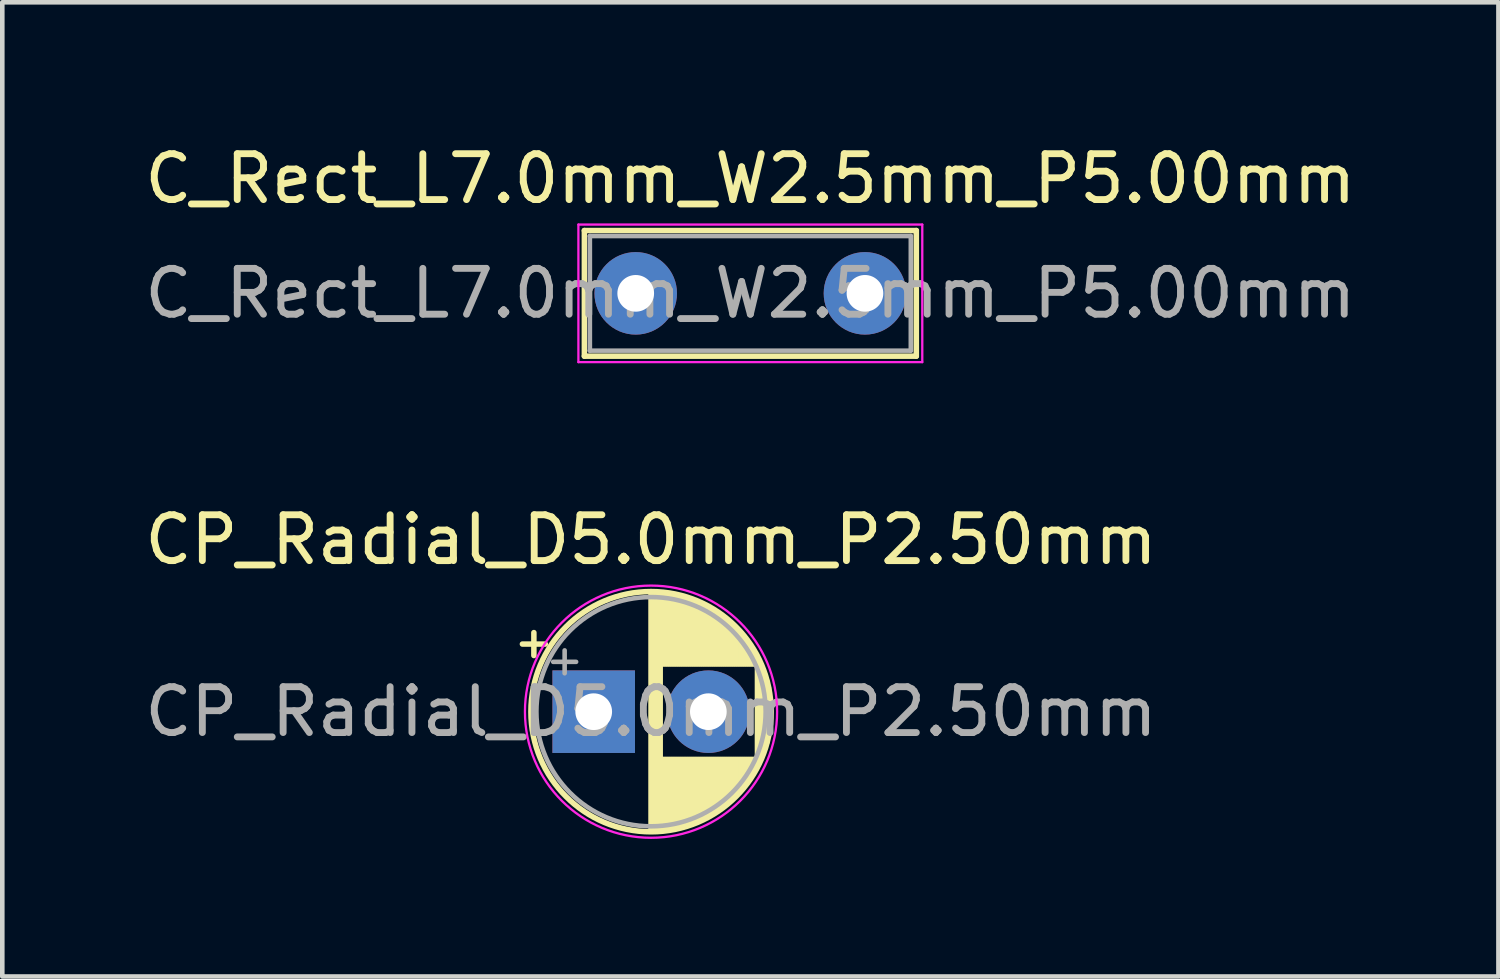
<source format=kicad_pcb>
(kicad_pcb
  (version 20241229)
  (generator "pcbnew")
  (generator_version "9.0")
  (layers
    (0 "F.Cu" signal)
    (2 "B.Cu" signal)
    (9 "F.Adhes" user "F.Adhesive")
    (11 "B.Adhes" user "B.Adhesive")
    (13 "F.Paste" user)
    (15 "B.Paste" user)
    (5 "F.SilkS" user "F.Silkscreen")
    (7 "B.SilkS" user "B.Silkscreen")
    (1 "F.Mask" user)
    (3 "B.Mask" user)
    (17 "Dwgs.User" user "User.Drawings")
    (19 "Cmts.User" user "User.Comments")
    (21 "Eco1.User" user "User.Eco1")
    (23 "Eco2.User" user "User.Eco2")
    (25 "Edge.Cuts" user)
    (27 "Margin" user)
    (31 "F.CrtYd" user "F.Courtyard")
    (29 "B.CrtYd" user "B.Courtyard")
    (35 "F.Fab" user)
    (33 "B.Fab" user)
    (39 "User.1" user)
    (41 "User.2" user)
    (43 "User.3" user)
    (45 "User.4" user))
  (footprint "C_Rect_L7.0mm_W2.5mm_P5.00mm"
    (layer "F.Cu")
    (at 10.815 3.348)
    (property "Reference" "C_Rect_L7.0mm_W2.5mm_P5.00mm" (at 2.5 -2.5 0) (layer "F.SilkS") (effects (font (size 1 1) (thickness 0.15))))
    (attr through_hole)
    (fp_line (start -1.12 -1.37) (end -1.12 1.37) (stroke (width 0.12) (type solid)) (layer "F.SilkS"))
    (fp_line (start -1.12 -1.37) (end 6.12 -1.37) (stroke (width 0.12) (type solid)) (layer "F.SilkS"))
    (fp_line (start -1.12 1.37) (end 6.12 1.37) (stroke (width 0.12) (type solid)) (layer "F.SilkS"))
    (fp_line (start 6.12 -1.37) (end 6.12 1.37) (stroke (width 0.12) (type solid)) (layer "F.SilkS"))
    (fp_line (start -1.25 -1.5) (end -1.25 1.5) (stroke (width 0.05) (type solid)) (layer "F.CrtYd"))
    (fp_line (start -1.25 1.5) (end 6.25 1.5) (stroke (width 0.05) (type solid)) (layer "F.CrtYd"))
    (fp_line (start 6.25 -1.5) (end -1.25 -1.5) (stroke (width 0.05) (type solid)) (layer "F.CrtYd"))
    (fp_line (start 6.25 1.5) (end 6.25 -1.5) (stroke (width 0.05) (type solid)) (layer "F.CrtYd"))
    (fp_line (start -1 -1.25) (end -1 1.25) (stroke (width 0.1) (type solid)) (layer "F.Fab"))
    (fp_line (start -1 1.25) (end 6 1.25) (stroke (width 0.1) (type solid)) (layer "F.Fab"))
    (fp_line (start 6 -1.25) (end -1 -1.25) (stroke (width 0.1) (type solid)) (layer "F.Fab"))
    (fp_line (start 6 1.25) (end 6 -1.25) (stroke (width 0.1) (type solid)) (layer "F.Fab"))
    (fp_text user "${REFERENCE}" (at 2.5 0 0) (layer "F.Fab") (effects (font (size 1 1) (thickness 0.15))))
    (pad "1" thru_hole circle (at 0 0) (size 1.8 1.8) (drill 0.8) (layers "*.Cu" "*.Mask"))
    (pad "2" thru_hole circle (at 5 0) (size 1.8 1.8) (drill 0.8) (layers "*.Cu" "*.Mask")))
  (footprint "CP_Radial_D5.0mm_P2.50mm"
    (layer "F.Cu")
    (at 9.899 12.472)
    (property "Reference" "CP_Radial_D5.0mm_P2.50mm" (at 1.25 -3.75 0) (layer "F.SilkS") (effects (font (size 1 1) (thickness 0.15))))
    (attr through_hole)
    (fp_line (start -1.555 -1.475) (end -1.055 -1.475) (stroke (width 0.12) (type solid)) (layer "F.SilkS"))
    (fp_line (start -1.305 -1.725) (end -1.305 -1.225) (stroke (width 0.12) (type solid)) (layer "F.SilkS"))
    (fp_line (start 1.25 -2.58) (end 1.25 2.58) (stroke (width 0.12) (type solid)) (layer "F.SilkS"))
    (fp_line (start 1.29 -2.58) (end 1.29 2.58) (stroke (width 0.12) (type solid)) (layer "F.SilkS"))
    (fp_line (start 1.33 -2.579) (end 1.33 2.579) (stroke (width 0.12) (type solid)) (layer "F.SilkS"))
    (fp_line (start 1.37 -2.578) (end 1.37 2.578) (stroke (width 0.12) (type solid)) (layer "F.SilkS"))
    (fp_line (start 1.41 -2.576) (end 1.41 2.576) (stroke (width 0.12) (type solid)) (layer "F.SilkS"))
    (fp_line (start 1.45 -2.573) (end 1.45 2.573) (stroke (width 0.12) (type solid)) (layer "F.SilkS"))
    (fp_line (start 1.49 -2.569) (end 1.49 -1.04) (stroke (width 0.12) (type solid)) (layer "F.SilkS"))
    (fp_line (start 1.49 1.04) (end 1.49 2.569) (stroke (width 0.12) (type solid)) (layer "F.SilkS"))
    (fp_line (start 1.53 -2.565) (end 1.53 -1.04) (stroke (width 0.12) (type solid)) (layer "F.SilkS"))
    (fp_line (start 1.53 1.04) (end 1.53 2.565) (stroke (width 0.12) (type solid)) (layer "F.SilkS"))
    (fp_line (start 1.57 -2.561) (end 1.57 -1.04) (stroke (width 0.12) (type solid)) (layer "F.SilkS"))
    (fp_line (start 1.57 1.04) (end 1.57 2.561) (stroke (width 0.12) (type solid)) (layer "F.SilkS"))
    (fp_line (start 1.61 -2.556) (end 1.61 -1.04) (stroke (width 0.12) (type solid)) (layer "F.SilkS"))
    (fp_line (start 1.61 1.04) (end 1.61 2.556) (stroke (width 0.12) (type solid)) (layer "F.SilkS"))
    (fp_line (start 1.65 -2.55) (end 1.65 -1.04) (stroke (width 0.12) (type solid)) (layer "F.SilkS"))
    (fp_line (start 1.65 1.04) (end 1.65 2.55) (stroke (width 0.12) (type solid)) (layer "F.SilkS"))
    (fp_line (start 1.69 -2.543) (end 1.69 -1.04) (stroke (width 0.12) (type solid)) (layer "F.SilkS"))
    (fp_line (start 1.69 1.04) (end 1.69 2.543) (stroke (width 0.12) (type solid)) (layer "F.SilkS"))
    (fp_line (start 1.73 -2.536) (end 1.73 -1.04) (stroke (width 0.12) (type solid)) (layer "F.SilkS"))
    (fp_line (start 1.73 1.04) (end 1.73 2.536) (stroke (width 0.12) (type solid)) (layer "F.SilkS"))
    (fp_line (start 1.77 -2.528) (end 1.77 -1.04) (stroke (width 0.12) (type solid)) (layer "F.SilkS"))
    (fp_line (start 1.77 1.04) (end 1.77 2.528) (stroke (width 0.12) (type solid)) (layer "F.SilkS"))
    (fp_line (start 1.81 -2.52) (end 1.81 -1.04) (stroke (width 0.12) (type solid)) (layer "F.SilkS"))
    (fp_line (start 1.81 1.04) (end 1.81 2.52) (stroke (width 0.12) (type solid)) (layer "F.SilkS"))
    (fp_line (start 1.85 -2.511) (end 1.85 -1.04) (stroke (width 0.12) (type solid)) (layer "F.SilkS"))
    (fp_line (start 1.85 1.04) (end 1.85 2.511) (stroke (width 0.12) (type solid)) (layer "F.SilkS"))
    (fp_line (start 1.89 -2.501) (end 1.89 -1.04) (stroke (width 0.12) (type solid)) (layer "F.SilkS"))
    (fp_line (start 1.89 1.04) (end 1.89 2.501) (stroke (width 0.12) (type solid)) (layer "F.SilkS"))
    (fp_line (start 1.93 -2.491) (end 1.93 -1.04) (stroke (width 0.12) (type solid)) (layer "F.SilkS"))
    (fp_line (start 1.93 1.04) (end 1.93 2.491) (stroke (width 0.12) (type solid)) (layer "F.SilkS"))
    (fp_line (start 1.971 -2.48) (end 1.971 -1.04) (stroke (width 0.12) (type solid)) (layer "F.SilkS"))
    (fp_line (start 1.971 1.04) (end 1.971 2.48) (stroke (width 0.12) (type solid)) (layer "F.SilkS"))
    (fp_line (start 2.011 -2.468) (end 2.011 -1.04) (stroke (width 0.12) (type solid)) (layer "F.SilkS"))
    (fp_line (start 2.011 1.04) (end 2.011 2.468) (stroke (width 0.12) (type solid)) (layer "F.SilkS"))
    (fp_line (start 2.051 -2.455) (end 2.051 -1.04) (stroke (width 0.12) (type solid)) (layer "F.SilkS"))
    (fp_line (start 2.051 1.04) (end 2.051 2.455) (stroke (width 0.12) (type solid)) (layer "F.SilkS"))
    (fp_line (start 2.091 -2.442) (end 2.091 -1.04) (stroke (width 0.12) (type solid)) (layer "F.SilkS"))
    (fp_line (start 2.091 1.04) (end 2.091 2.442) (stroke (width 0.12) (type solid)) (layer "F.SilkS"))
    (fp_line (start 2.131 -2.428) (end 2.131 -1.04) (stroke (width 0.12) (type solid)) (layer "F.SilkS"))
    (fp_line (start 2.131 1.04) (end 2.131 2.428) (stroke (width 0.12) (type solid)) (layer "F.SilkS"))
    (fp_line (start 2.171 -2.414) (end 2.171 -1.04) (stroke (width 0.12) (type solid)) (layer "F.SilkS"))
    (fp_line (start 2.171 1.04) (end 2.171 2.414) (stroke (width 0.12) (type solid)) (layer "F.SilkS"))
    (fp_line (start 2.211 -2.398) (end 2.211 -1.04) (stroke (width 0.12) (type solid)) (layer "F.SilkS"))
    (fp_line (start 2.211 1.04) (end 2.211 2.398) (stroke (width 0.12) (type solid)) (layer "F.SilkS"))
    (fp_line (start 2.251 -2.382) (end 2.251 -1.04) (stroke (width 0.12) (type solid)) (layer "F.SilkS"))
    (fp_line (start 2.251 1.04) (end 2.251 2.382) (stroke (width 0.12) (type solid)) (layer "F.SilkS"))
    (fp_line (start 2.291 -2.365) (end 2.291 -1.04) (stroke (width 0.12) (type solid)) (layer "F.SilkS"))
    (fp_line (start 2.291 1.04) (end 2.291 2.365) (stroke (width 0.12) (type solid)) (layer "F.SilkS"))
    (fp_line (start 2.331 -2.348) (end 2.331 -1.04) (stroke (width 0.12) (type solid)) (layer "F.SilkS"))
    (fp_line (start 2.331 1.04) (end 2.331 2.348) (stroke (width 0.12) (type solid)) (layer "F.SilkS"))
    (fp_line (start 2.371 -2.329) (end 2.371 -1.04) (stroke (width 0.12) (type solid)) (layer "F.SilkS"))
    (fp_line (start 2.371 1.04) (end 2.371 2.329) (stroke (width 0.12) (type solid)) (layer "F.SilkS"))
    (fp_line (start 2.411 -2.31) (end 2.411 -1.04) (stroke (width 0.12) (type solid)) (layer "F.SilkS"))
    (fp_line (start 2.411 1.04) (end 2.411 2.31) (stroke (width 0.12) (type solid)) (layer "F.SilkS"))
    (fp_line (start 2.451 -2.29) (end 2.451 -1.04) (stroke (width 0.12) (type solid)) (layer "F.SilkS"))
    (fp_line (start 2.451 1.04) (end 2.451 2.29) (stroke (width 0.12) (type solid)) (layer "F.SilkS"))
    (fp_line (start 2.491 -2.268) (end 2.491 -1.04) (stroke (width 0.12) (type solid)) (layer "F.SilkS"))
    (fp_line (start 2.491 1.04) (end 2.491 2.268) (stroke (width 0.12) (type solid)) (layer "F.SilkS"))
    (fp_line (start 2.531 -2.247) (end 2.531 -1.04) (stroke (width 0.12) (type solid)) (layer "F.SilkS"))
    (fp_line (start 2.531 1.04) (end 2.531 2.247) (stroke (width 0.12) (type solid)) (layer "F.SilkS"))
    (fp_line (start 2.571 -2.224) (end 2.571 -1.04) (stroke (width 0.12) (type solid)) (layer "F.SilkS"))
    (fp_line (start 2.571 1.04) (end 2.571 2.224) (stroke (width 0.12) (type solid)) (layer "F.SilkS"))
    (fp_line (start 2.611 -2.2) (end 2.611 -1.04) (stroke (width 0.12) (type solid)) (layer "F.SilkS"))
    (fp_line (start 2.611 1.04) (end 2.611 2.2) (stroke (width 0.12) (type solid)) (layer "F.SilkS"))
    (fp_line (start 2.651 -2.175) (end 2.651 -1.04) (stroke (width 0.12) (type solid)) (layer "F.SilkS"))
    (fp_line (start 2.651 1.04) (end 2.651 2.175) (stroke (width 0.12) (type solid)) (layer "F.SilkS"))
    (fp_line (start 2.691 -2.149) (end 2.691 -1.04) (stroke (width 0.12) (type solid)) (layer "F.SilkS"))
    (fp_line (start 2.691 1.04) (end 2.691 2.149) (stroke (width 0.12) (type solid)) (layer "F.SilkS"))
    (fp_line (start 2.731 -2.122) (end 2.731 -1.04) (stroke (width 0.12) (type solid)) (layer "F.SilkS"))
    (fp_line (start 2.731 1.04) (end 2.731 2.122) (stroke (width 0.12) (type solid)) (layer "F.SilkS"))
    (fp_line (start 2.771 -2.095) (end 2.771 -1.04) (stroke (width 0.12) (type solid)) (layer "F.SilkS"))
    (fp_line (start 2.771 1.04) (end 2.771 2.095) (stroke (width 0.12) (type solid)) (layer "F.SilkS"))
    (fp_line (start 2.811 -2.065) (end 2.811 -1.04) (stroke (width 0.12) (type solid)) (layer "F.SilkS"))
    (fp_line (start 2.811 1.04) (end 2.811 2.065) (stroke (width 0.12) (type solid)) (layer "F.SilkS"))
    (fp_line (start 2.851 -2.035) (end 2.851 -1.04) (stroke (width 0.12) (type solid)) (layer "F.SilkS"))
    (fp_line (start 2.851 1.04) (end 2.851 2.035) (stroke (width 0.12) (type solid)) (layer "F.SilkS"))
    (fp_line (start 2.891 -2.004) (end 2.891 -1.04) (stroke (width 0.12) (type solid)) (layer "F.SilkS"))
    (fp_line (start 2.891 1.04) (end 2.891 2.004) (stroke (width 0.12) (type solid)) (layer "F.SilkS"))
    (fp_line (start 2.931 -1.971) (end 2.931 -1.04) (stroke (width 0.12) (type solid)) (layer "F.SilkS"))
    (fp_line (start 2.931 1.04) (end 2.931 1.971) (stroke (width 0.12) (type solid)) (layer "F.SilkS"))
    (fp_line (start 2.971 -1.937) (end 2.971 -1.04) (stroke (width 0.12) (type solid)) (layer "F.SilkS"))
    (fp_line (start 2.971 1.04) (end 2.971 1.937) (stroke (width 0.12) (type solid)) (layer "F.SilkS"))
    (fp_line (start 3.011 -1.901) (end 3.011 -1.04) (stroke (width 0.12) (type solid)) (layer "F.SilkS"))
    (fp_line (start 3.011 1.04) (end 3.011 1.901) (stroke (width 0.12) (type solid)) (layer "F.SilkS"))
    (fp_line (start 3.051 -1.864) (end 3.051 -1.04) (stroke (width 0.12) (type solid)) (layer "F.SilkS"))
    (fp_line (start 3.051 1.04) (end 3.051 1.864) (stroke (width 0.12) (type solid)) (layer "F.SilkS"))
    (fp_line (start 3.091 -1.826) (end 3.091 -1.04) (stroke (width 0.12) (type solid)) (layer "F.SilkS"))
    (fp_line (start 3.091 1.04) (end 3.091 1.826) (stroke (width 0.12) (type solid)) (layer "F.SilkS"))
    (fp_line (start 3.131 -1.785) (end 3.131 -1.04) (stroke (width 0.12) (type solid)) (layer "F.SilkS"))
    (fp_line (start 3.131 1.04) (end 3.131 1.785) (stroke (width 0.12) (type solid)) (layer "F.SilkS"))
    (fp_line (start 3.171 -1.743) (end 3.171 -1.04) (stroke (width 0.12) (type solid)) (layer "F.SilkS"))
    (fp_line (start 3.171 1.04) (end 3.171 1.743) (stroke (width 0.12) (type solid)) (layer "F.SilkS"))
    (fp_line (start 3.211 -1.699) (end 3.211 -1.04) (stroke (width 0.12) (type solid)) (layer "F.SilkS"))
    (fp_line (start 3.211 1.04) (end 3.211 1.699) (stroke (width 0.12) (type solid)) (layer "F.SilkS"))
    (fp_line (start 3.251 -1.653) (end 3.251 -1.04) (stroke (width 0.12) (type solid)) (layer "F.SilkS"))
    (fp_line (start 3.251 1.04) (end 3.251 1.653) (stroke (width 0.12) (type solid)) (layer "F.SilkS"))
    (fp_line (start 3.291 -1.605) (end 3.291 -1.04) (stroke (width 0.12) (type solid)) (layer "F.SilkS"))
    (fp_line (start 3.291 1.04) (end 3.291 1.605) (stroke (width 0.12) (type solid)) (layer "F.SilkS"))
    (fp_line (start 3.331 -1.554) (end 3.331 -1.04) (stroke (width 0.12) (type solid)) (layer "F.SilkS"))
    (fp_line (start 3.331 1.04) (end 3.331 1.554) (stroke (width 0.12) (type solid)) (layer "F.SilkS"))
    (fp_line (start 3.371 -1.5) (end 3.371 -1.04) (stroke (width 0.12) (type solid)) (layer "F.SilkS"))
    (fp_line (start 3.371 1.04) (end 3.371 1.5) (stroke (width 0.12) (type solid)) (layer "F.SilkS"))
    (fp_line (start 3.411 -1.443) (end 3.411 -1.04) (stroke (width 0.12) (type solid)) (layer "F.SilkS"))
    (fp_line (start 3.411 1.04) (end 3.411 1.443) (stroke (width 0.12) (type solid)) (layer "F.SilkS"))
    (fp_line (start 3.451 -1.383) (end 3.451 -1.04) (stroke (width 0.12) (type solid)) (layer "F.SilkS"))
    (fp_line (start 3.451 1.04) (end 3.451 1.383) (stroke (width 0.12) (type solid)) (layer "F.SilkS"))
    (fp_line (start 3.491 -1.319) (end 3.491 -1.04) (stroke (width 0.12) (type solid)) (layer "F.SilkS"))
    (fp_line (start 3.491 1.04) (end 3.491 1.319) (stroke (width 0.12) (type solid)) (layer "F.SilkS"))
    (fp_line (start 3.531 -1.251) (end 3.531 -1.04) (stroke (width 0.12) (type solid)) (layer "F.SilkS"))
    (fp_line (start 3.531 1.04) (end 3.531 1.251) (stroke (width 0.12) (type solid)) (layer "F.SilkS"))
    (fp_line (start 3.571 -1.178) (end 3.571 1.178) (stroke (width 0.12) (type solid)) (layer "F.SilkS"))
    (fp_line (start 3.611 -1.098) (end 3.611 1.098) (stroke (width 0.12) (type solid)) (layer "F.SilkS"))
    (fp_line (start 3.651 -1.011) (end 3.651 1.011) (stroke (width 0.12) (type solid)) (layer "F.SilkS"))
    (fp_line (start 3.691 -0.915) (end 3.691 0.915) (stroke (width 0.12) (type solid)) (layer "F.SilkS"))
    (fp_line (start 3.731 -0.805) (end 3.731 0.805) (stroke (width 0.12) (type solid)) (layer "F.SilkS"))
    (fp_line (start 3.771 -0.677) (end 3.771 0.677) (stroke (width 0.12) (type solid)) (layer "F.SilkS"))
    (fp_line (start 3.811 -0.518) (end 3.811 0.518) (stroke (width 0.12) (type solid)) (layer "F.SilkS"))
    (fp_line (start 3.851 -0.284) (end 3.851 0.284) (stroke (width 0.12) (type solid)) (layer "F.SilkS"))
    (fp_circle (center 1.25 0) (end 3.87 0) (stroke (width 0.12) (type solid)) (fill no) (layer "F.SilkS"))
    (fp_circle (center 1.25 0) (end 4 0) (stroke (width 0.05) (type solid)) (fill no) (layer "F.CrtYd"))
    (fp_line (start -0.884 -1.087) (end -0.384 -1.087) (stroke (width 0.1) (type solid)) (layer "F.Fab"))
    (fp_line (start -0.634 -1.337) (end -0.634 -0.838) (stroke (width 0.1) (type solid)) (layer "F.Fab"))
    (fp_circle (center 1.25 0) (end 3.75 0) (stroke (width 0.1) (type solid)) (fill no) (layer "F.Fab"))
    (fp_text user "${REFERENCE}" (at 1.25 0 0) (layer "F.Fab") (effects (font (size 1 1) (thickness 0.15))))
    (pad "1" thru_hole rect (at 0 0) (size 1.8 1.8) (drill 0.8) (layers "*.Cu" "*.Mask"))
    (pad "2" thru_hole circle (at 2.5 0) (size 1.8 1.8) (drill 0.8) (layers "*.Cu" "*.Mask")))
  (gr_rect
    (start -3 -3)
    (end 29.631 18.247)
    (stroke (width 0.1) (type default))
    (fill no)
    (layer "Edge.Cuts")))
</source>
